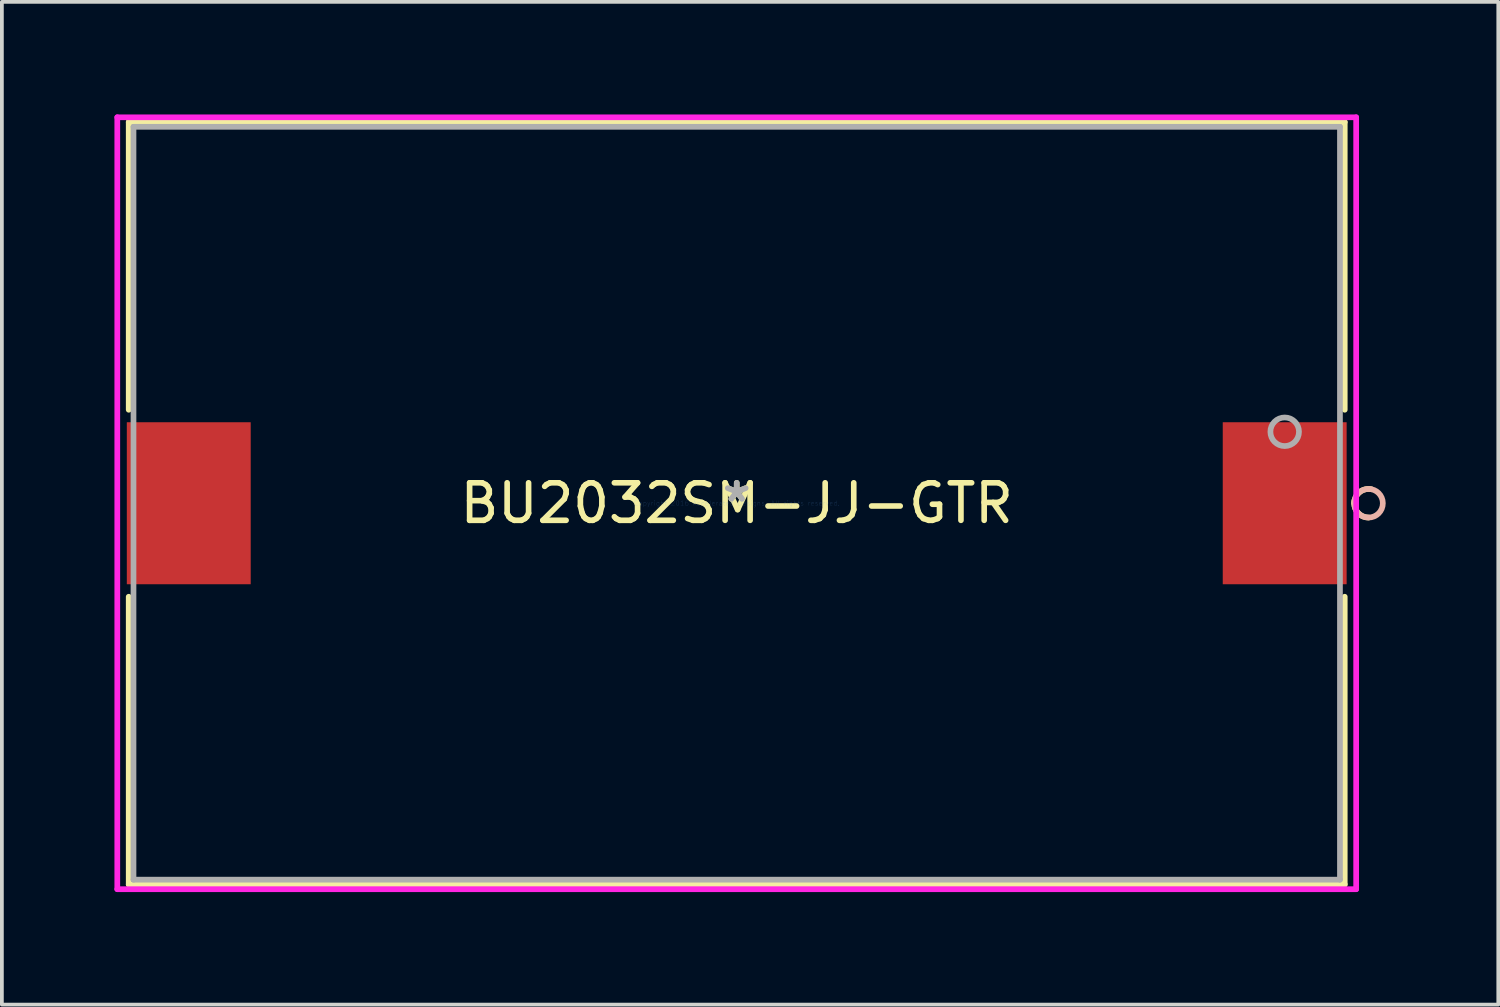
<source format=kicad_pcb>
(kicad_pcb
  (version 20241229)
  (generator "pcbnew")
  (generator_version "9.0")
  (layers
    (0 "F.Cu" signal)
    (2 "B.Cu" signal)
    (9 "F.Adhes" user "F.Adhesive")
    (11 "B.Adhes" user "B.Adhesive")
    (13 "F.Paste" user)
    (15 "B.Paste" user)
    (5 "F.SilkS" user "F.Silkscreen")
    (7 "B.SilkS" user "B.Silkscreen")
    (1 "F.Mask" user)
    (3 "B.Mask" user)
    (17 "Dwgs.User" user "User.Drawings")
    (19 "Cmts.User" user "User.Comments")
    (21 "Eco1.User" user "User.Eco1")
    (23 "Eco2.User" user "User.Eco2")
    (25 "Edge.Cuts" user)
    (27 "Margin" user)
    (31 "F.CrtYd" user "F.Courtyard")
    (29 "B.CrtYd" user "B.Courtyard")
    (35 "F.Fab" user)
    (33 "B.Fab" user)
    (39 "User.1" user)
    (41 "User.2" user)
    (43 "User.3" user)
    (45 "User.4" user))
  (footprint "BU2032SM-JJ-GTR"
    (layer "F.Cu")
    (at 16.586 10.363)
    (property "Reference" "BU2032SM-JJ-GTR" (at 0 0 0) (layer "F.SilkS") (effects (font (size 1 1) (thickness 0.15))))
    (attr through_hole)
    (fp_line (start -16.205 -10.16) (end -16.205 -2.492) (stroke (width 0.152) (type solid)) (layer "F.SilkS"))
    (fp_line (start -16.205 2.492) (end -16.205 10.16) (stroke (width 0.152) (type solid)) (layer "F.SilkS"))
    (fp_line (start -16.205 10.16) (end 16.205 10.16) (stroke (width 0.152) (type solid)) (layer "F.SilkS"))
    (fp_line (start 16.205 -10.16) (end -16.205 -10.16) (stroke (width 0.152) (type solid)) (layer "F.SilkS"))
    (fp_line (start 16.205 -2.492) (end 16.205 -10.16) (stroke (width 0.152) (type solid)) (layer "F.SilkS"))
    (fp_line (start 16.205 10.16) (end 16.205 2.492) (stroke (width 0.152) (type solid)) (layer "F.SilkS"))
    (fp_arc (start 16.4592 0) (mid 16.598232 -0.2943) (end 16.91386 -0.373812) (stroke (width 0.1524) (type solid)) (layer "F.SilkS"))
    (fp_arc (start 16.8402 0.381) (mid 16.5459 0.241968) (end 16.466388 -0.07366) (stroke (width 0.1524) (type solid)) (layer "F.SilkS"))
    (fp_circle (center 16.84 0) (end 17.221 0) (stroke (width 0.152) (type solid)) (fill no) (layer "B.SilkS"))
    (fp_line (start -16.51 -10.287) (end -16.51 10.287) (stroke (width 0.152) (type solid)) (layer "F.CrtYd"))
    (fp_line (start -16.51 10.287) (end 16.51 10.287) (stroke (width 0.152) (type solid)) (layer "F.CrtYd"))
    (fp_line (start 16.51 -10.287) (end -16.51 -10.287) (stroke (width 0.152) (type solid)) (layer "F.CrtYd"))
    (fp_line (start 16.51 10.287) (end 16.51 -10.287) (stroke (width 0.152) (type solid)) (layer "F.CrtYd"))
    (fp_line (start -16.078 -10.033) (end -16.078 10.033) (stroke (width 0.152) (type solid)) (layer "F.Fab"))
    (fp_line (start -16.078 10.033) (end 16.078 10.033) (stroke (width 0.152) (type solid)) (layer "F.Fab"))
    (fp_line (start 16.078 -10.033) (end -16.078 -10.033) (stroke (width 0.152) (type solid)) (layer "F.Fab"))
    (fp_line (start 16.078 10.033) (end 16.078 -10.033) (stroke (width 0.152) (type solid)) (layer "F.Fab"))
    (fp_circle (center 14.605 -1.905) (end 14.986 -1.905) (stroke (width 0.152) (type solid)) (fill no) (layer "F.Fab"))
    (fp_text user "*" (at 0 0 0) (layer "F.SilkS") (effects (font (size 1 1) (thickness 0.15))))
    (fp_text user "Copyright 2016 Accelerated Designs. All rights reserved." (at 0 0 0) (layer "Cmts.User") (effects (font (size 0.127 0.127) (thickness 0.002))))
    (fp_text user "*" (at 0 0 0) (layer "F.Fab") (effects (font (size 1 1) (thickness 0.15))))
    (pad "1" smd rect (at 14.605 0) (size 3.302 4.318) (layers "F.Cu" "F.Mask" "F.Paste"))
    (pad "2" smd rect (at -14.605 0) (size 3.302 4.318) (layers "F.Cu" "F.Mask" "F.Paste")))
  (gr_rect
    (start -3 -3)
    (end 36.884 23.726)
    (stroke (width 0.1) (type default))
    (fill no)
    (layer "Edge.Cuts")))
</source>
